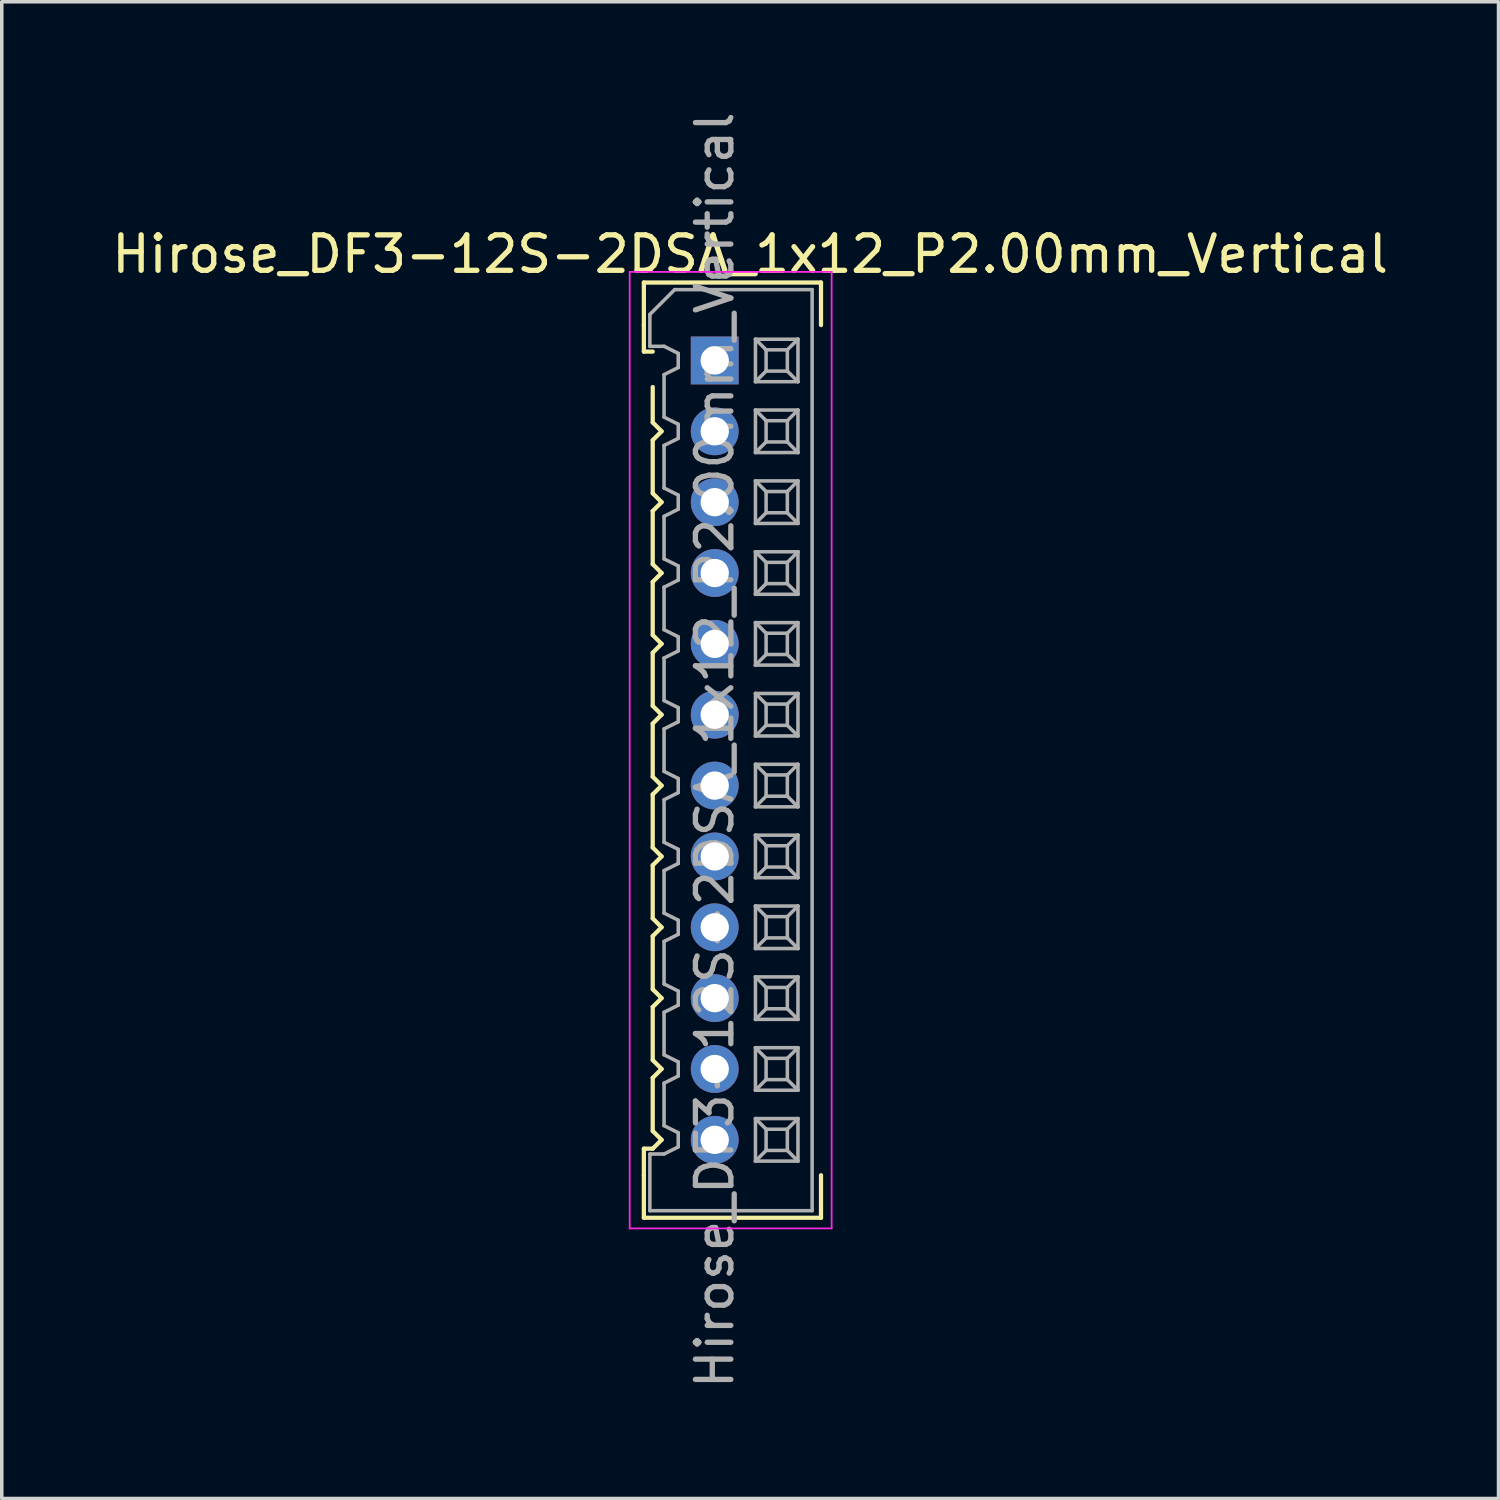
<source format=kicad_pcb>
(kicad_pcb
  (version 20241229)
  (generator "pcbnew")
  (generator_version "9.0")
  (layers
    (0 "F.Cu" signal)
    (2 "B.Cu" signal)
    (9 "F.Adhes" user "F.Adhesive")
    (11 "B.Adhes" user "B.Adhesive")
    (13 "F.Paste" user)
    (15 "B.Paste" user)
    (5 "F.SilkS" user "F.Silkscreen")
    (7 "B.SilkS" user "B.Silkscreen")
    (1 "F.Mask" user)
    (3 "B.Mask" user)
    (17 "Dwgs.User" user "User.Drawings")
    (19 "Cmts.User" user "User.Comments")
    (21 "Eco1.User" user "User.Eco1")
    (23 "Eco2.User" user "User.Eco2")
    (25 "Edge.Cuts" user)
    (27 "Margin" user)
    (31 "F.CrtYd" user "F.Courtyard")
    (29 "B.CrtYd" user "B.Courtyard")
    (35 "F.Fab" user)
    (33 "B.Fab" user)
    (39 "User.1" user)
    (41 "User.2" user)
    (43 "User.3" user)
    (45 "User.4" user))
  (footprint "Hirose_DF3-12S-2DSA_1x12_P2.00mm_Vertical"
    (layer "F.Cu")
    (at 17.125 7.125)
    (property "Reference" "Hirose_DF3-12S-2DSA_1x12_P2.00mm_Vertical" (at 1 -3 0) (unlocked yes) (layer "F.SilkS") (effects (font (size 1 1) (thickness 0.15))))
    (attr through_hole)
    (fp_line (start -2 -2.2) (end -2 -1) (stroke (width 0.12) (type solid)) (layer "F.SilkS"))
    (fp_line (start -2 -1) (end -2 -0.25) (stroke (width 0.12) (type solid)) (layer "F.SilkS"))
    (fp_line (start -2 -0.25) (end -1.75 -0.25) (stroke (width 0.12) (type solid)) (layer "F.SilkS"))
    (fp_line (start -2 22.25) (end -1.75 22.25) (stroke (width 0.12) (type solid)) (layer "F.SilkS"))
    (fp_line (start -2 23) (end -2 22.25) (stroke (width 0.12) (type solid)) (layer "F.SilkS"))
    (fp_line (start -2 24.2) (end -2 23) (stroke (width 0.12) (type solid)) (layer "F.SilkS"))
    (fp_line (start -1.75 0.75) (end -1.75 1.75) (stroke (width 0.12) (type solid)) (layer "F.SilkS"))
    (fp_line (start -1.75 1.75) (end -1.5 2) (stroke (width 0.12) (type solid)) (layer "F.SilkS"))
    (fp_line (start -1.75 2.25) (end -1.75 3.75) (stroke (width 0.12) (type solid)) (layer "F.SilkS"))
    (fp_line (start -1.75 3.75) (end -1.5 4) (stroke (width 0.12) (type solid)) (layer "F.SilkS"))
    (fp_line (start -1.75 4.25) (end -1.75 5.75) (stroke (width 0.12) (type solid)) (layer "F.SilkS"))
    (fp_line (start -1.75 5.75) (end -1.5 6) (stroke (width 0.12) (type solid)) (layer "F.SilkS"))
    (fp_line (start -1.75 6.25) (end -1.75 7.75) (stroke (width 0.12) (type solid)) (layer "F.SilkS"))
    (fp_line (start -1.75 7.75) (end -1.5 8) (stroke (width 0.12) (type solid)) (layer "F.SilkS"))
    (fp_line (start -1.75 8.25) (end -1.75 9.75) (stroke (width 0.12) (type solid)) (layer "F.SilkS"))
    (fp_line (start -1.75 9.75) (end -1.5 10) (stroke (width 0.12) (type solid)) (layer "F.SilkS"))
    (fp_line (start -1.75 10.25) (end -1.75 11.75) (stroke (width 0.12) (type solid)) (layer "F.SilkS"))
    (fp_line (start -1.75 11.75) (end -1.5 12) (stroke (width 0.12) (type solid)) (layer "F.SilkS"))
    (fp_line (start -1.75 12.25) (end -1.75 13.75) (stroke (width 0.12) (type solid)) (layer "F.SilkS"))
    (fp_line (start -1.75 13.75) (end -1.5 14) (stroke (width 0.12) (type solid)) (layer "F.SilkS"))
    (fp_line (start -1.75 14.25) (end -1.75 15.75) (stroke (width 0.12) (type solid)) (layer "F.SilkS"))
    (fp_line (start -1.75 15.75) (end -1.5 16) (stroke (width 0.12) (type solid)) (layer "F.SilkS"))
    (fp_line (start -1.75 16.25) (end -1.75 17.75) (stroke (width 0.12) (type solid)) (layer "F.SilkS"))
    (fp_line (start -1.75 17.75) (end -1.5 18) (stroke (width 0.12) (type solid)) (layer "F.SilkS"))
    (fp_line (start -1.75 18.25) (end -1.75 19.75) (stroke (width 0.12) (type solid)) (layer "F.SilkS"))
    (fp_line (start -1.75 19.75) (end -1.5 20) (stroke (width 0.12) (type solid)) (layer "F.SilkS"))
    (fp_line (start -1.75 20.25) (end -1.75 21.75) (stroke (width 0.12) (type solid)) (layer "F.SilkS"))
    (fp_line (start -1.75 21.75) (end -1.5 22) (stroke (width 0.12) (type solid)) (layer "F.SilkS"))
    (fp_line (start -1.5 2) (end -1.75 2.25) (stroke (width 0.12) (type solid)) (layer "F.SilkS"))
    (fp_line (start -1.5 4) (end -1.75 4.25) (stroke (width 0.12) (type solid)) (layer "F.SilkS"))
    (fp_line (start -1.5 6) (end -1.75 6.25) (stroke (width 0.12) (type solid)) (layer "F.SilkS"))
    (fp_line (start -1.5 8) (end -1.75 8.25) (stroke (width 0.12) (type solid)) (layer "F.SilkS"))
    (fp_line (start -1.5 10) (end -1.75 10.25) (stroke (width 0.12) (type solid)) (layer "F.SilkS"))
    (fp_line (start -1.5 12) (end -1.75 12.25) (stroke (width 0.12) (type solid)) (layer "F.SilkS"))
    (fp_line (start -1.5 14) (end -1.75 14.25) (stroke (width 0.12) (type solid)) (layer "F.SilkS"))
    (fp_line (start -1.5 16) (end -1.75 16.25) (stroke (width 0.12) (type solid)) (layer "F.SilkS"))
    (fp_line (start -1.5 18) (end -1.75 18.25) (stroke (width 0.12) (type solid)) (layer "F.SilkS"))
    (fp_line (start -1.5 20) (end -1.75 20.25) (stroke (width 0.12) (type solid)) (layer "F.SilkS"))
    (fp_line (start -1.5 22) (end -1.75 22.25) (stroke (width 0.12) (type solid)) (layer "F.SilkS"))
    (fp_line (start 3 -2.2) (end -2 -2.2) (stroke (width 0.12) (type solid)) (layer "F.SilkS"))
    (fp_line (start 3 -1) (end 3 -2.2) (stroke (width 0.12) (type solid)) (layer "F.SilkS"))
    (fp_line (start 3 23) (end 3 24.2) (stroke (width 0.12) (type solid)) (layer "F.SilkS"))
    (fp_line (start 3 24.2) (end -2 24.2) (stroke (width 0.12) (type solid)) (layer "F.SilkS"))
    (fp_line (start -2.4 -2.5) (end -2.4 24.5) (stroke (width 0.05) (type solid)) (layer "F.CrtYd"))
    (fp_line (start -2.4 24.5) (end 3.3 24.5) (stroke (width 0.05) (type solid)) (layer "F.CrtYd"))
    (fp_line (start 3.3 -2.5) (end -2.4 -2.5) (stroke (width 0.05) (type solid)) (layer "F.CrtYd"))
    (fp_line (start 3.3 24.5) (end 3.3 -2.5) (stroke (width 0.05) (type solid)) (layer "F.CrtYd"))
    (fp_line (start -1.83 -1.3) (end -1.83 -0.4) (stroke (width 0.1) (type solid)) (layer "F.Fab"))
    (fp_line (start -1.83 -1.3) (end -1.13 -2) (stroke (width 0.1) (type solid)) (layer "F.Fab"))
    (fp_line (start -1.83 22.4) (end -1.83 24) (stroke (width 0.1) (type solid)) (layer "F.Fab"))
    (fp_line (start -1.43 -0.4) (end -1.83 -0.4) (stroke (width 0.1) (type solid)) (layer "F.Fab"))
    (fp_line (start -1.43 -0.4) (end -1.03 -0.2) (stroke (width 0.1) (type solid)) (layer "F.Fab"))
    (fp_line (start -1.43 0.4) (end -1.43 1.6) (stroke (width 0.1) (type solid)) (layer "F.Fab"))
    (fp_line (start -1.43 1.6) (end -1.03 1.8) (stroke (width 0.1) (type solid)) (layer "F.Fab"))
    (fp_line (start -1.43 2.4) (end -1.43 3.6) (stroke (width 0.1) (type solid)) (layer "F.Fab"))
    (fp_line (start -1.43 3.6) (end -1.03 3.8) (stroke (width 0.1) (type solid)) (layer "F.Fab"))
    (fp_line (start -1.43 4.4) (end -1.43 5.6) (stroke (width 0.1) (type solid)) (layer "F.Fab"))
    (fp_line (start -1.43 5.6) (end -1.03 5.8) (stroke (width 0.1) (type solid)) (layer "F.Fab"))
    (fp_line (start -1.43 6.4) (end -1.43 7.6) (stroke (width 0.1) (type solid)) (layer "F.Fab"))
    (fp_line (start -1.43 7.6) (end -1.03 7.8) (stroke (width 0.1) (type solid)) (layer "F.Fab"))
    (fp_line (start -1.43 8.4) (end -1.43 9.6) (stroke (width 0.1) (type solid)) (layer "F.Fab"))
    (fp_line (start -1.43 9.6) (end -1.03 9.8) (stroke (width 0.1) (type solid)) (layer "F.Fab"))
    (fp_line (start -1.43 10.4) (end -1.43 11.6) (stroke (width 0.1) (type solid)) (layer "F.Fab"))
    (fp_line (start -1.43 11.6) (end -1.03 11.8) (stroke (width 0.1) (type solid)) (layer "F.Fab"))
    (fp_line (start -1.43 12.4) (end -1.43 13.6) (stroke (width 0.1) (type solid)) (layer "F.Fab"))
    (fp_line (start -1.43 13.6) (end -1.03 13.8) (stroke (width 0.1) (type solid)) (layer "F.Fab"))
    (fp_line (start -1.43 14.4) (end -1.43 15.6) (stroke (width 0.1) (type solid)) (layer "F.Fab"))
    (fp_line (start -1.43 15.6) (end -1.03 15.8) (stroke (width 0.1) (type solid)) (layer "F.Fab"))
    (fp_line (start -1.43 16.4) (end -1.43 17.6) (stroke (width 0.1) (type solid)) (layer "F.Fab"))
    (fp_line (start -1.43 17.6) (end -1.03 17.8) (stroke (width 0.1) (type solid)) (layer "F.Fab"))
    (fp_line (start -1.43 18.4) (end -1.43 19.6) (stroke (width 0.1) (type solid)) (layer "F.Fab"))
    (fp_line (start -1.43 19.6) (end -1.03 19.8) (stroke (width 0.1) (type solid)) (layer "F.Fab"))
    (fp_line (start -1.43 20.4) (end -1.43 21.6) (stroke (width 0.1) (type solid)) (layer "F.Fab"))
    (fp_line (start -1.43 21.6) (end -1.03 21.8) (stroke (width 0.1) (type solid)) (layer "F.Fab"))
    (fp_line (start -1.43 22.4) (end -1.83 22.4) (stroke (width 0.1) (type solid)) (layer "F.Fab"))
    (fp_line (start -1.13 -2) (end 2.75 -2) (stroke (width 0.1) (type solid)) (layer "F.Fab"))
    (fp_line (start -1.03 -0.2) (end -1.03 0.2) (stroke (width 0.1) (type solid)) (layer "F.Fab"))
    (fp_line (start -1.03 0.2) (end -1.43 0.4) (stroke (width 0.1) (type solid)) (layer "F.Fab"))
    (fp_line (start -1.03 1.8) (end -1.03 2.2) (stroke (width 0.1) (type solid)) (layer "F.Fab"))
    (fp_line (start -1.03 2.2) (end -1.43 2.4) (stroke (width 0.1) (type solid)) (layer "F.Fab"))
    (fp_line (start -1.03 3.8) (end -1.03 4.2) (stroke (width 0.1) (type solid)) (layer "F.Fab"))
    (fp_line (start -1.03 4.2) (end -1.43 4.4) (stroke (width 0.1) (type solid)) (layer "F.Fab"))
    (fp_line (start -1.03 5.8) (end -1.03 6.2) (stroke (width 0.1) (type solid)) (layer "F.Fab"))
    (fp_line (start -1.03 6.2) (end -1.43 6.4) (stroke (width 0.1) (type solid)) (layer "F.Fab"))
    (fp_line (start -1.03 7.8) (end -1.03 8.2) (stroke (width 0.1) (type solid)) (layer "F.Fab"))
    (fp_line (start -1.03 8.2) (end -1.43 8.4) (stroke (width 0.1) (type solid)) (layer "F.Fab"))
    (fp_line (start -1.03 9.8) (end -1.03 10.2) (stroke (width 0.1) (type solid)) (layer "F.Fab"))
    (fp_line (start -1.03 10.2) (end -1.43 10.4) (stroke (width 0.1) (type solid)) (layer "F.Fab"))
    (fp_line (start -1.03 11.8) (end -1.03 12.2) (stroke (width 0.1) (type solid)) (layer "F.Fab"))
    (fp_line (start -1.03 12.2) (end -1.43 12.4) (stroke (width 0.1) (type solid)) (layer "F.Fab"))
    (fp_line (start -1.03 13.8) (end -1.03 14.2) (stroke (width 0.1) (type solid)) (layer "F.Fab"))
    (fp_line (start -1.03 14.2) (end -1.43 14.4) (stroke (width 0.1) (type solid)) (layer "F.Fab"))
    (fp_line (start -1.03 15.8) (end -1.03 16.2) (stroke (width 0.1) (type solid)) (layer "F.Fab"))
    (fp_line (start -1.03 16.2) (end -1.43 16.4) (stroke (width 0.1) (type solid)) (layer "F.Fab"))
    (fp_line (start -1.03 17.8) (end -1.03 18.2) (stroke (width 0.1) (type solid)) (layer "F.Fab"))
    (fp_line (start -1.03 18.2) (end -1.43 18.4) (stroke (width 0.1) (type solid)) (layer "F.Fab"))
    (fp_line (start -1.03 19.8) (end -1.03 20.2) (stroke (width 0.1) (type solid)) (layer "F.Fab"))
    (fp_line (start -1.03 20.2) (end -1.43 20.4) (stroke (width 0.1) (type solid)) (layer "F.Fab"))
    (fp_line (start -1.03 21.8) (end -1.03 22.2) (stroke (width 0.1) (type solid)) (layer "F.Fab"))
    (fp_line (start -1.03 22.2) (end -1.43 22.4) (stroke (width 0.1) (type solid)) (layer "F.Fab"))
    (fp_line (start 1.15 -0.6) (end 1.15 0.6) (stroke (width 0.1) (type solid)) (layer "F.Fab"))
    (fp_line (start 1.15 -0.6) (end 1.45 -0.3) (stroke (width 0.1) (type solid)) (layer "F.Fab"))
    (fp_line (start 1.15 1.4) (end 1.15 2.6) (stroke (width 0.1) (type solid)) (layer "F.Fab"))
    (fp_line (start 1.15 1.4) (end 1.45 1.7) (stroke (width 0.1) (type solid)) (layer "F.Fab"))
    (fp_line (start 1.15 3.4) (end 1.15 4.6) (stroke (width 0.1) (type solid)) (layer "F.Fab"))
    (fp_line (start 1.15 3.4) (end 1.45 3.7) (stroke (width 0.1) (type solid)) (layer "F.Fab"))
    (fp_line (start 1.15 5.4) (end 1.15 6.6) (stroke (width 0.1) (type solid)) (layer "F.Fab"))
    (fp_line (start 1.15 5.4) (end 1.45 5.7) (stroke (width 0.1) (type solid)) (layer "F.Fab"))
    (fp_line (start 1.15 7.4) (end 1.15 8.6) (stroke (width 0.1) (type solid)) (layer "F.Fab"))
    (fp_line (start 1.15 7.4) (end 1.45 7.7) (stroke (width 0.1) (type solid)) (layer "F.Fab"))
    (fp_line (start 1.15 9.4) (end 1.15 10.6) (stroke (width 0.1) (type solid)) (layer "F.Fab"))
    (fp_line (start 1.15 9.4) (end 1.45 9.7) (stroke (width 0.1) (type solid)) (layer "F.Fab"))
    (fp_line (start 1.15 11.4) (end 1.15 12.6) (stroke (width 0.1) (type solid)) (layer "F.Fab"))
    (fp_line (start 1.15 11.4) (end 1.45 11.7) (stroke (width 0.1) (type solid)) (layer "F.Fab"))
    (fp_line (start 1.15 13.4) (end 1.15 14.6) (stroke (width 0.1) (type solid)) (layer "F.Fab"))
    (fp_line (start 1.15 13.4) (end 1.45 13.7) (stroke (width 0.1) (type solid)) (layer "F.Fab"))
    (fp_line (start 1.15 15.4) (end 1.15 16.6) (stroke (width 0.1) (type solid)) (layer "F.Fab"))
    (fp_line (start 1.15 15.4) (end 1.45 15.7) (stroke (width 0.1) (type solid)) (layer "F.Fab"))
    (fp_line (start 1.15 17.4) (end 1.15 18.6) (stroke (width 0.1) (type solid)) (layer "F.Fab"))
    (fp_line (start 1.15 17.4) (end 1.45 17.7) (stroke (width 0.1) (type solid)) (layer "F.Fab"))
    (fp_line (start 1.15 19.4) (end 1.15 20.6) (stroke (width 0.1) (type solid)) (layer "F.Fab"))
    (fp_line (start 1.15 19.4) (end 1.45 19.7) (stroke (width 0.1) (type solid)) (layer "F.Fab"))
    (fp_line (start 1.15 21.4) (end 1.15 22.6) (stroke (width 0.1) (type solid)) (layer "F.Fab"))
    (fp_line (start 1.15 21.4) (end 1.45 21.7) (stroke (width 0.1) (type solid)) (layer "F.Fab"))
    (fp_line (start 1.45 -0.3) (end 2.05 -0.3) (stroke (width 0.1) (type solid)) (layer "F.Fab"))
    (fp_line (start 1.45 0.3) (end 1.15 0.6) (stroke (width 0.1) (type solid)) (layer "F.Fab"))
    (fp_line (start 1.45 0.3) (end 1.45 -0.3) (stroke (width 0.1) (type solid)) (layer "F.Fab"))
    (fp_line (start 1.45 1.7) (end 2.05 1.7) (stroke (width 0.1) (type solid)) (layer "F.Fab"))
    (fp_line (start 1.45 2.3) (end 1.15 2.6) (stroke (width 0.1) (type solid)) (layer "F.Fab"))
    (fp_line (start 1.45 2.3) (end 1.45 1.7) (stroke (width 0.1) (type solid)) (layer "F.Fab"))
    (fp_line (start 1.45 3.7) (end 2.05 3.7) (stroke (width 0.1) (type solid)) (layer "F.Fab"))
    (fp_line (start 1.45 4.3) (end 1.15 4.6) (stroke (width 0.1) (type solid)) (layer "F.Fab"))
    (fp_line (start 1.45 4.3) (end 1.45 3.7) (stroke (width 0.1) (type solid)) (layer "F.Fab"))
    (fp_line (start 1.45 5.7) (end 2.05 5.7) (stroke (width 0.1) (type solid)) (layer "F.Fab"))
    (fp_line (start 1.45 6.3) (end 1.15 6.6) (stroke (width 0.1) (type solid)) (layer "F.Fab"))
    (fp_line (start 1.45 6.3) (end 1.45 5.7) (stroke (width 0.1) (type solid)) (layer "F.Fab"))
    (fp_line (start 1.45 7.7) (end 2.05 7.7) (stroke (width 0.1) (type solid)) (layer "F.Fab"))
    (fp_line (start 1.45 8.3) (end 1.15 8.6) (stroke (width 0.1) (type solid)) (layer "F.Fab"))
    (fp_line (start 1.45 8.3) (end 1.45 7.7) (stroke (width 0.1) (type solid)) (layer "F.Fab"))
    (fp_line (start 1.45 9.7) (end 2.05 9.7) (stroke (width 0.1) (type solid)) (layer "F.Fab"))
    (fp_line (start 1.45 10.3) (end 1.15 10.6) (stroke (width 0.1) (type solid)) (layer "F.Fab"))
    (fp_line (start 1.45 10.3) (end 1.45 9.7) (stroke (width 0.1) (type solid)) (layer "F.Fab"))
    (fp_line (start 1.45 11.7) (end 2.05 11.7) (stroke (width 0.1) (type solid)) (layer "F.Fab"))
    (fp_line (start 1.45 12.3) (end 1.15 12.6) (stroke (width 0.1) (type solid)) (layer "F.Fab"))
    (fp_line (start 1.45 12.3) (end 1.45 11.7) (stroke (width 0.1) (type solid)) (layer "F.Fab"))
    (fp_line (start 1.45 13.7) (end 2.05 13.7) (stroke (width 0.1) (type solid)) (layer "F.Fab"))
    (fp_line (start 1.45 14.3) (end 1.15 14.6) (stroke (width 0.1) (type solid)) (layer "F.Fab"))
    (fp_line (start 1.45 14.3) (end 1.45 13.7) (stroke (width 0.1) (type solid)) (layer "F.Fab"))
    (fp_line (start 1.45 15.7) (end 2.05 15.7) (stroke (width 0.1) (type solid)) (layer "F.Fab"))
    (fp_line (start 1.45 16.3) (end 1.15 16.6) (stroke (width 0.1) (type solid)) (layer "F.Fab"))
    (fp_line (start 1.45 16.3) (end 1.45 15.7) (stroke (width 0.1) (type solid)) (layer "F.Fab"))
    (fp_line (start 1.45 17.7) (end 2.05 17.7) (stroke (width 0.1) (type solid)) (layer "F.Fab"))
    (fp_line (start 1.45 18.3) (end 1.15 18.6) (stroke (width 0.1) (type solid)) (layer "F.Fab"))
    (fp_line (start 1.45 18.3) (end 1.45 17.7) (stroke (width 0.1) (type solid)) (layer "F.Fab"))
    (fp_line (start 1.45 19.7) (end 2.05 19.7) (stroke (width 0.1) (type solid)) (layer "F.Fab"))
    (fp_line (start 1.45 20.3) (end 1.15 20.6) (stroke (width 0.1) (type solid)) (layer "F.Fab"))
    (fp_line (start 1.45 20.3) (end 1.45 19.7) (stroke (width 0.1) (type solid)) (layer "F.Fab"))
    (fp_line (start 1.45 21.7) (end 2.05 21.7) (stroke (width 0.1) (type solid)) (layer "F.Fab"))
    (fp_line (start 1.45 22.3) (end 1.15 22.6) (stroke (width 0.1) (type solid)) (layer "F.Fab"))
    (fp_line (start 1.45 22.3) (end 1.45 21.7) (stroke (width 0.1) (type solid)) (layer "F.Fab"))
    (fp_line (start 2.05 -0.3) (end 2.05 0.3) (stroke (width 0.1) (type solid)) (layer "F.Fab"))
    (fp_line (start 2.05 0.3) (end 1.45 0.3) (stroke (width 0.1) (type solid)) (layer "F.Fab"))
    (fp_line (start 2.05 0.3) (end 2.35 0.6) (stroke (width 0.1) (type solid)) (layer "F.Fab"))
    (fp_line (start 2.05 1.7) (end 2.05 2.3) (stroke (width 0.1) (type solid)) (layer "F.Fab"))
    (fp_line (start 2.05 2.3) (end 1.45 2.3) (stroke (width 0.1) (type solid)) (layer "F.Fab"))
    (fp_line (start 2.05 2.3) (end 2.35 2.6) (stroke (width 0.1) (type solid)) (layer "F.Fab"))
    (fp_line (start 2.05 3.7) (end 2.05 4.3) (stroke (width 0.1) (type solid)) (layer "F.Fab"))
    (fp_line (start 2.05 4.3) (end 1.45 4.3) (stroke (width 0.1) (type solid)) (layer "F.Fab"))
    (fp_line (start 2.05 4.3) (end 2.35 4.6) (stroke (width 0.1) (type solid)) (layer "F.Fab"))
    (fp_line (start 2.05 5.7) (end 2.05 6.3) (stroke (width 0.1) (type solid)) (layer "F.Fab"))
    (fp_line (start 2.05 6.3) (end 1.45 6.3) (stroke (width 0.1) (type solid)) (layer "F.Fab"))
    (fp_line (start 2.05 6.3) (end 2.35 6.6) (stroke (width 0.1) (type solid)) (layer "F.Fab"))
    (fp_line (start 2.05 7.7) (end 2.05 8.3) (stroke (width 0.1) (type solid)) (layer "F.Fab"))
    (fp_line (start 2.05 8.3) (end 1.45 8.3) (stroke (width 0.1) (type solid)) (layer "F.Fab"))
    (fp_line (start 2.05 8.3) (end 2.35 8.6) (stroke (width 0.1) (type solid)) (layer "F.Fab"))
    (fp_line (start 2.05 9.7) (end 2.05 10.3) (stroke (width 0.1) (type solid)) (layer "F.Fab"))
    (fp_line (start 2.05 10.3) (end 1.45 10.3) (stroke (width 0.1) (type solid)) (layer "F.Fab"))
    (fp_line (start 2.05 10.3) (end 2.35 10.6) (stroke (width 0.1) (type solid)) (layer "F.Fab"))
    (fp_line (start 2.05 11.7) (end 2.05 12.3) (stroke (width 0.1) (type solid)) (layer "F.Fab"))
    (fp_line (start 2.05 12.3) (end 1.45 12.3) (stroke (width 0.1) (type solid)) (layer "F.Fab"))
    (fp_line (start 2.05 12.3) (end 2.35 12.6) (stroke (width 0.1) (type solid)) (layer "F.Fab"))
    (fp_line (start 2.05 13.7) (end 2.05 14.3) (stroke (width 0.1) (type solid)) (layer "F.Fab"))
    (fp_line (start 2.05 14.3) (end 1.45 14.3) (stroke (width 0.1) (type solid)) (layer "F.Fab"))
    (fp_line (start 2.05 14.3) (end 2.35 14.6) (stroke (width 0.1) (type solid)) (layer "F.Fab"))
    (fp_line (start 2.05 15.7) (end 2.05 16.3) (stroke (width 0.1) (type solid)) (layer "F.Fab"))
    (fp_line (start 2.05 16.3) (end 1.45 16.3) (stroke (width 0.1) (type solid)) (layer "F.Fab"))
    (fp_line (start 2.05 16.3) (end 2.35 16.6) (stroke (width 0.1) (type solid)) (layer "F.Fab"))
    (fp_line (start 2.05 17.7) (end 2.05 18.3) (stroke (width 0.1) (type solid)) (layer "F.Fab"))
    (fp_line (start 2.05 18.3) (end 1.45 18.3) (stroke (width 0.1) (type solid)) (layer "F.Fab"))
    (fp_line (start 2.05 18.3) (end 2.35 18.6) (stroke (width 0.1) (type solid)) (layer "F.Fab"))
    (fp_line (start 2.05 19.7) (end 2.05 20.3) (stroke (width 0.1) (type solid)) (layer "F.Fab"))
    (fp_line (start 2.05 20.3) (end 1.45 20.3) (stroke (width 0.1) (type solid)) (layer "F.Fab"))
    (fp_line (start 2.05 20.3) (end 2.35 20.6) (stroke (width 0.1) (type solid)) (layer "F.Fab"))
    (fp_line (start 2.05 21.7) (end 2.05 22.3) (stroke (width 0.1) (type solid)) (layer "F.Fab"))
    (fp_line (start 2.05 22.3) (end 1.45 22.3) (stroke (width 0.1) (type solid)) (layer "F.Fab"))
    (fp_line (start 2.05 22.3) (end 2.35 22.6) (stroke (width 0.1) (type solid)) (layer "F.Fab"))
    (fp_line (start 2.35 -0.6) (end 1.15 -0.6) (stroke (width 0.1) (type solid)) (layer "F.Fab"))
    (fp_line (start 2.35 -0.6) (end 2.05 -0.3) (stroke (width 0.1) (type solid)) (layer "F.Fab"))
    (fp_line (start 2.35 -0.6) (end 2.35 0.6) (stroke (width 0.1) (type solid)) (layer "F.Fab"))
    (fp_line (start 2.35 0.6) (end 1.15 0.6) (stroke (width 0.1) (type solid)) (layer "F.Fab"))
    (fp_line (start 2.35 1.4) (end 1.15 1.4) (stroke (width 0.1) (type solid)) (layer "F.Fab"))
    (fp_line (start 2.35 1.4) (end 2.05 1.7) (stroke (width 0.1) (type solid)) (layer "F.Fab"))
    (fp_line (start 2.35 1.4) (end 2.35 2.6) (stroke (width 0.1) (type solid)) (layer "F.Fab"))
    (fp_line (start 2.35 2.6) (end 1.15 2.6) (stroke (width 0.1) (type solid)) (layer "F.Fab"))
    (fp_line (start 2.35 3.4) (end 1.15 3.4) (stroke (width 0.1) (type solid)) (layer "F.Fab"))
    (fp_line (start 2.35 3.4) (end 2.05 3.7) (stroke (width 0.1) (type solid)) (layer "F.Fab"))
    (fp_line (start 2.35 3.4) (end 2.35 4.6) (stroke (width 0.1) (type solid)) (layer "F.Fab"))
    (fp_line (start 2.35 4.6) (end 1.15 4.6) (stroke (width 0.1) (type solid)) (layer "F.Fab"))
    (fp_line (start 2.35 5.4) (end 1.15 5.4) (stroke (width 0.1) (type solid)) (layer "F.Fab"))
    (fp_line (start 2.35 5.4) (end 2.05 5.7) (stroke (width 0.1) (type solid)) (layer "F.Fab"))
    (fp_line (start 2.35 5.4) (end 2.35 6.6) (stroke (width 0.1) (type solid)) (layer "F.Fab"))
    (fp_line (start 2.35 6.6) (end 1.15 6.6) (stroke (width 0.1) (type solid)) (layer "F.Fab"))
    (fp_line (start 2.35 7.4) (end 1.15 7.4) (stroke (width 0.1) (type solid)) (layer "F.Fab"))
    (fp_line (start 2.35 7.4) (end 2.05 7.7) (stroke (width 0.1) (type solid)) (layer "F.Fab"))
    (fp_line (start 2.35 7.4) (end 2.35 8.6) (stroke (width 0.1) (type solid)) (layer "F.Fab"))
    (fp_line (start 2.35 8.6) (end 1.15 8.6) (stroke (width 0.1) (type solid)) (layer "F.Fab"))
    (fp_line (start 2.35 9.4) (end 1.15 9.4) (stroke (width 0.1) (type solid)) (layer "F.Fab"))
    (fp_line (start 2.35 9.4) (end 2.05 9.7) (stroke (width 0.1) (type solid)) (layer "F.Fab"))
    (fp_line (start 2.35 9.4) (end 2.35 10.6) (stroke (width 0.1) (type solid)) (layer "F.Fab"))
    (fp_line (start 2.35 10.6) (end 1.15 10.6) (stroke (width 0.1) (type solid)) (layer "F.Fab"))
    (fp_line (start 2.35 11.4) (end 1.15 11.4) (stroke (width 0.1) (type solid)) (layer "F.Fab"))
    (fp_line (start 2.35 11.4) (end 2.05 11.7) (stroke (width 0.1) (type solid)) (layer "F.Fab"))
    (fp_line (start 2.35 11.4) (end 2.35 12.6) (stroke (width 0.1) (type solid)) (layer "F.Fab"))
    (fp_line (start 2.35 12.6) (end 1.15 12.6) (stroke (width 0.1) (type solid)) (layer "F.Fab"))
    (fp_line (start 2.35 13.4) (end 1.15 13.4) (stroke (width 0.1) (type solid)) (layer "F.Fab"))
    (fp_line (start 2.35 13.4) (end 2.05 13.7) (stroke (width 0.1) (type solid)) (layer "F.Fab"))
    (fp_line (start 2.35 13.4) (end 2.35 14.6) (stroke (width 0.1) (type solid)) (layer "F.Fab"))
    (fp_line (start 2.35 14.6) (end 1.15 14.6) (stroke (width 0.1) (type solid)) (layer "F.Fab"))
    (fp_line (start 2.35 15.4) (end 1.15 15.4) (stroke (width 0.1) (type solid)) (layer "F.Fab"))
    (fp_line (start 2.35 15.4) (end 2.05 15.7) (stroke (width 0.1) (type solid)) (layer "F.Fab"))
    (fp_line (start 2.35 15.4) (end 2.35 16.6) (stroke (width 0.1) (type solid)) (layer "F.Fab"))
    (fp_line (start 2.35 16.6) (end 1.15 16.6) (stroke (width 0.1) (type solid)) (layer "F.Fab"))
    (fp_line (start 2.35 17.4) (end 1.15 17.4) (stroke (width 0.1) (type solid)) (layer "F.Fab"))
    (fp_line (start 2.35 17.4) (end 2.05 17.7) (stroke (width 0.1) (type solid)) (layer "F.Fab"))
    (fp_line (start 2.35 17.4) (end 2.35 18.6) (stroke (width 0.1) (type solid)) (layer "F.Fab"))
    (fp_line (start 2.35 18.6) (end 1.15 18.6) (stroke (width 0.1) (type solid)) (layer "F.Fab"))
    (fp_line (start 2.35 19.4) (end 1.15 19.4) (stroke (width 0.1) (type solid)) (layer "F.Fab"))
    (fp_line (start 2.35 19.4) (end 2.05 19.7) (stroke (width 0.1) (type solid)) (layer "F.Fab"))
    (fp_line (start 2.35 19.4) (end 2.35 20.6) (stroke (width 0.1) (type solid)) (layer "F.Fab"))
    (fp_line (start 2.35 20.6) (end 1.15 20.6) (stroke (width 0.1) (type solid)) (layer "F.Fab"))
    (fp_line (start 2.35 21.4) (end 1.15 21.4) (stroke (width 0.1) (type solid)) (layer "F.Fab"))
    (fp_line (start 2.35 21.4) (end 2.05 21.7) (stroke (width 0.1) (type solid)) (layer "F.Fab"))
    (fp_line (start 2.35 21.4) (end 2.35 22.6) (stroke (width 0.1) (type solid)) (layer "F.Fab"))
    (fp_line (start 2.35 22.6) (end 1.15 22.6) (stroke (width 0.1) (type solid)) (layer "F.Fab"))
    (fp_line (start 2.75 -2) (end 2.75 24) (stroke (width 0.1) (type solid)) (layer "F.Fab"))
    (fp_line (start 2.75 24) (end -1.83 24) (stroke (width 0.1) (type solid)) (layer "F.Fab"))
    (fp_text user "${REFERENCE}" (at 0 11 90) (unlocked yes) (layer "F.Fab") (effects (font (size 1 1) (thickness 0.15))))
    (pad "1" thru_hole rect (at 0 0 270) (size 1.35 1.35) (drill 0.8) (layers "*.Cu" "*.Mask"))
    (pad "2" thru_hole circle (at 0 2 270) (size 1.35 1.35) (drill 0.8) (layers "*.Cu" "*.Mask"))
    (pad "3" thru_hole circle (at 0 4 270) (size 1.35 1.35) (drill 0.8) (layers "*.Cu" "*.Mask"))
    (pad "4" thru_hole circle (at 0 6 270) (size 1.35 1.35) (drill 0.8) (layers "*.Cu" "*.Mask"))
    (pad "5" thru_hole circle (at 0 8 270) (size 1.35 1.35) (drill 0.8) (layers "*.Cu" "*.Mask"))
    (pad "6" thru_hole circle (at 0 10 270) (size 1.35 1.35) (drill 0.8) (layers "*.Cu" "*.Mask"))
    (pad "7" thru_hole circle (at 0 12 270) (size 1.35 1.35) (drill 0.8) (layers "*.Cu" "*.Mask"))
    (pad "8" thru_hole circle (at 0 14 270) (size 1.35 1.35) (drill 0.8) (layers "*.Cu" "*.Mask"))
    (pad "9" thru_hole circle (at 0 16 270) (size 1.35 1.35) (drill 0.8) (layers "*.Cu" "*.Mask"))
    (pad "10" thru_hole circle (at 0 18 270) (size 1.35 1.35) (drill 0.8) (layers "*.Cu" "*.Mask"))
    (pad "11" thru_hole circle (at 0 20 270) (size 1.35 1.35) (drill 0.8) (layers "*.Cu" "*.Mask"))
    (pad "12" thru_hole circle (at 0 22 270) (size 1.35 1.35) (drill 0.8) (layers "*.Cu" "*.Mask")))
  (gr_rect
    (start -3 -3)
    (end 39.25 39.25)
    (stroke (width 0.1) (type default))
    (fill no)
    (layer "Edge.Cuts")))
</source>
